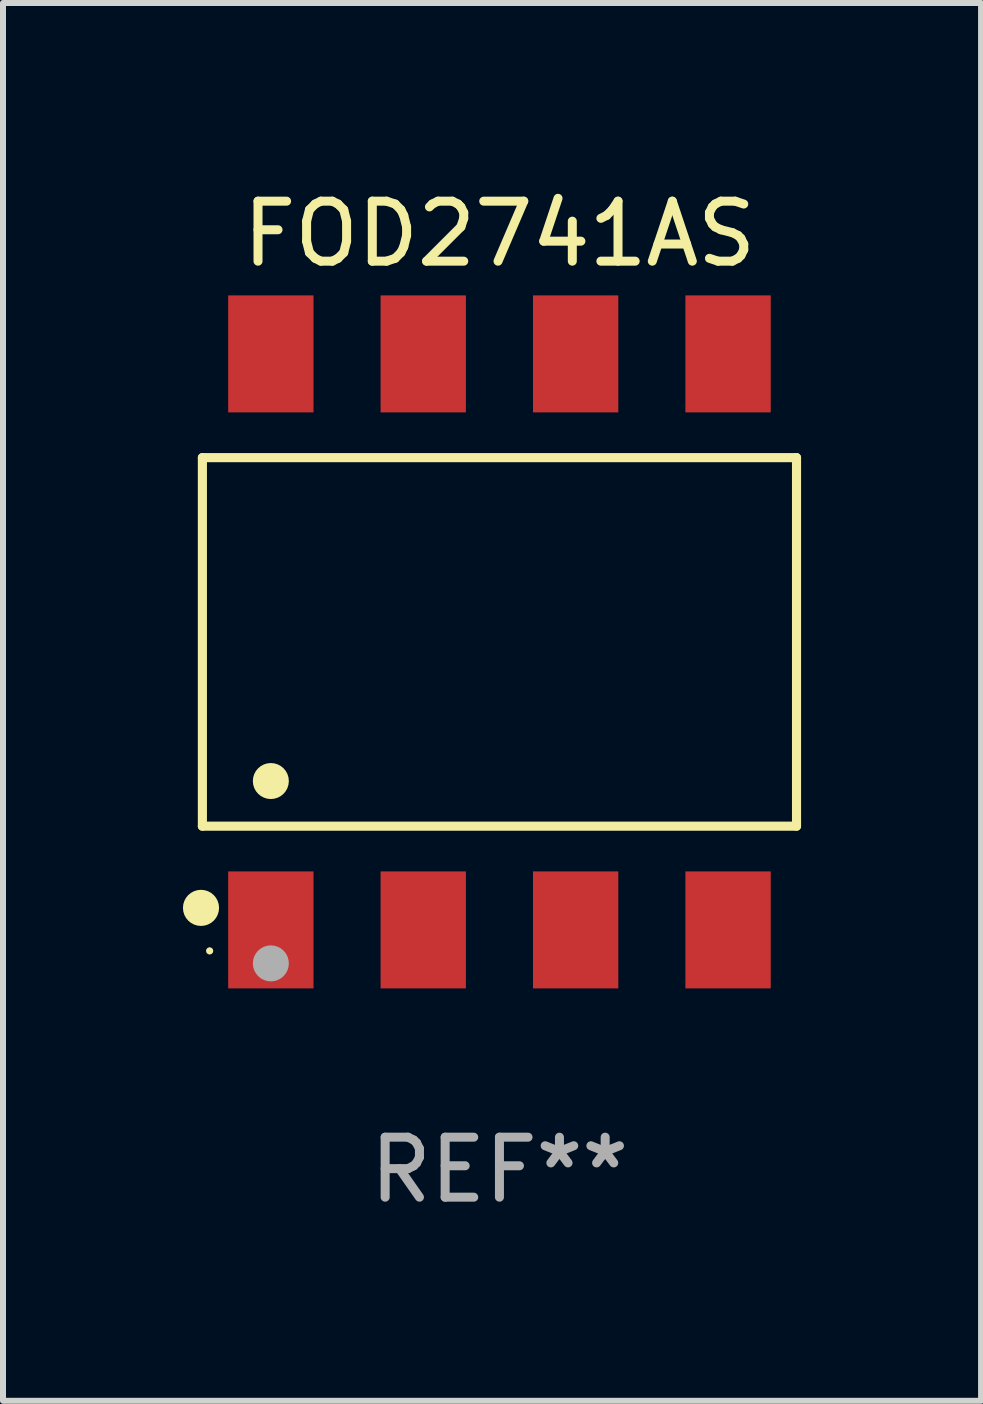
<source format=kicad_pcb>
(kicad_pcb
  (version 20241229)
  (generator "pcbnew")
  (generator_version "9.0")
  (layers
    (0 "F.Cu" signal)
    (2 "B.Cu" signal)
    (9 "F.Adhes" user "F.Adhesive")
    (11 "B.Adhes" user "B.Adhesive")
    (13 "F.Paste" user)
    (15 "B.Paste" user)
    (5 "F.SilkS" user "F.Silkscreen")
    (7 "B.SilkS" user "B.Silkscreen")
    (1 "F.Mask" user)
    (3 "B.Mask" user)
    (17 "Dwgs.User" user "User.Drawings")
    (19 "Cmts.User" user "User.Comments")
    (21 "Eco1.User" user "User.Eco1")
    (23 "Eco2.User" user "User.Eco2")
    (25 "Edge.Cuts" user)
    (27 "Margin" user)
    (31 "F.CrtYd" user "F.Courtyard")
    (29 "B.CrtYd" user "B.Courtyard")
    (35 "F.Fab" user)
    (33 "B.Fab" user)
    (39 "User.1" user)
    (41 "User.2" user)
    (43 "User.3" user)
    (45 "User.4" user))
  (footprint "FOD2741AS"
    (layer "F.Cu")
    (at 5.274 7.648)
    (property "Reference" "FOD2741AS" (at 0 -6.8 0) (layer "F.SilkS") (effects (font (size 1 1) (thickness 0.15))))
    (attr through_hole)
    (fp_line (start -4.951 -3.071) (end 4.951 -3.071) (stroke (width 0.152) (type solid)) (layer "F.SilkS"))
    (fp_line (start -4.951 3.071) (end -4.951 -3.071) (stroke (width 0.152) (type solid)) (layer "F.SilkS"))
    (fp_line (start 4.951 -3.071) (end 4.951 3.071) (stroke (width 0.152) (type solid)) (layer "F.SilkS"))
    (fp_line (start 4.951 3.071) (end -4.951 3.071) (stroke (width 0.152) (type solid)) (layer "F.SilkS"))
    (fp_circle (center -4.974 4.433) (end -4.823 4.433) (stroke (width 0.3) (type solid)) (fill no) (layer "F.SilkS"))
    (fp_circle (center -4.83 5.15) (end -4.8 5.15) (stroke (width 0.06) (type solid)) (fill no) (layer "F.SilkS"))
    (fp_circle (center -3.81 2.319) (end -3.66 2.319) (stroke (width 0.3) (type solid)) (fill no) (layer "F.SilkS"))
    (fp_circle (center -3.81 5.358) (end -3.66 5.358) (stroke (width 0.3) (type solid)) (fill no) (layer "F.Fab"))
    (fp_text user "REF**" (at 0 8.8 0) (layer "F.Fab") (effects (font (size 1 1) (thickness 0.15))))
    (pad "1" smd rect (at -3.81 4.8) (size 1.422 1.95) (layers "F.Cu" "F.Mask" "F.Paste"))
    (pad "2" smd rect (at -1.27 4.8) (size 1.422 1.95) (layers "F.Cu" "F.Mask" "F.Paste"))
    (pad "3" smd rect (at 1.27 4.8) (size 1.422 1.95) (layers "F.Cu" "F.Mask" "F.Paste"))
    (pad "4" smd rect (at 3.81 4.8) (size 1.422 1.95) (layers "F.Cu" "F.Mask" "F.Paste"))
    (pad "5" smd rect (at 3.81 -4.8) (size 1.422 1.95) (layers "F.Cu" "F.Mask" "F.Paste"))
    (pad "6" smd rect (at 1.27 -4.8) (size 1.422 1.95) (layers "F.Cu" "F.Mask" "F.Paste"))
    (pad "7" smd rect (at -1.27 -4.8) (size 1.422 1.95) (layers "F.Cu" "F.Mask" "F.Paste"))
    (pad "8" smd rect (at -3.81 -4.8) (size 1.422 1.95) (layers "F.Cu" "F.Mask" "F.Paste")))
  (gr_rect
    (start -3 -3)
    (end 13.301 20.296)
    (stroke (width 0.1) (type default))
    (fill no)
    (layer "Edge.Cuts")))
</source>
